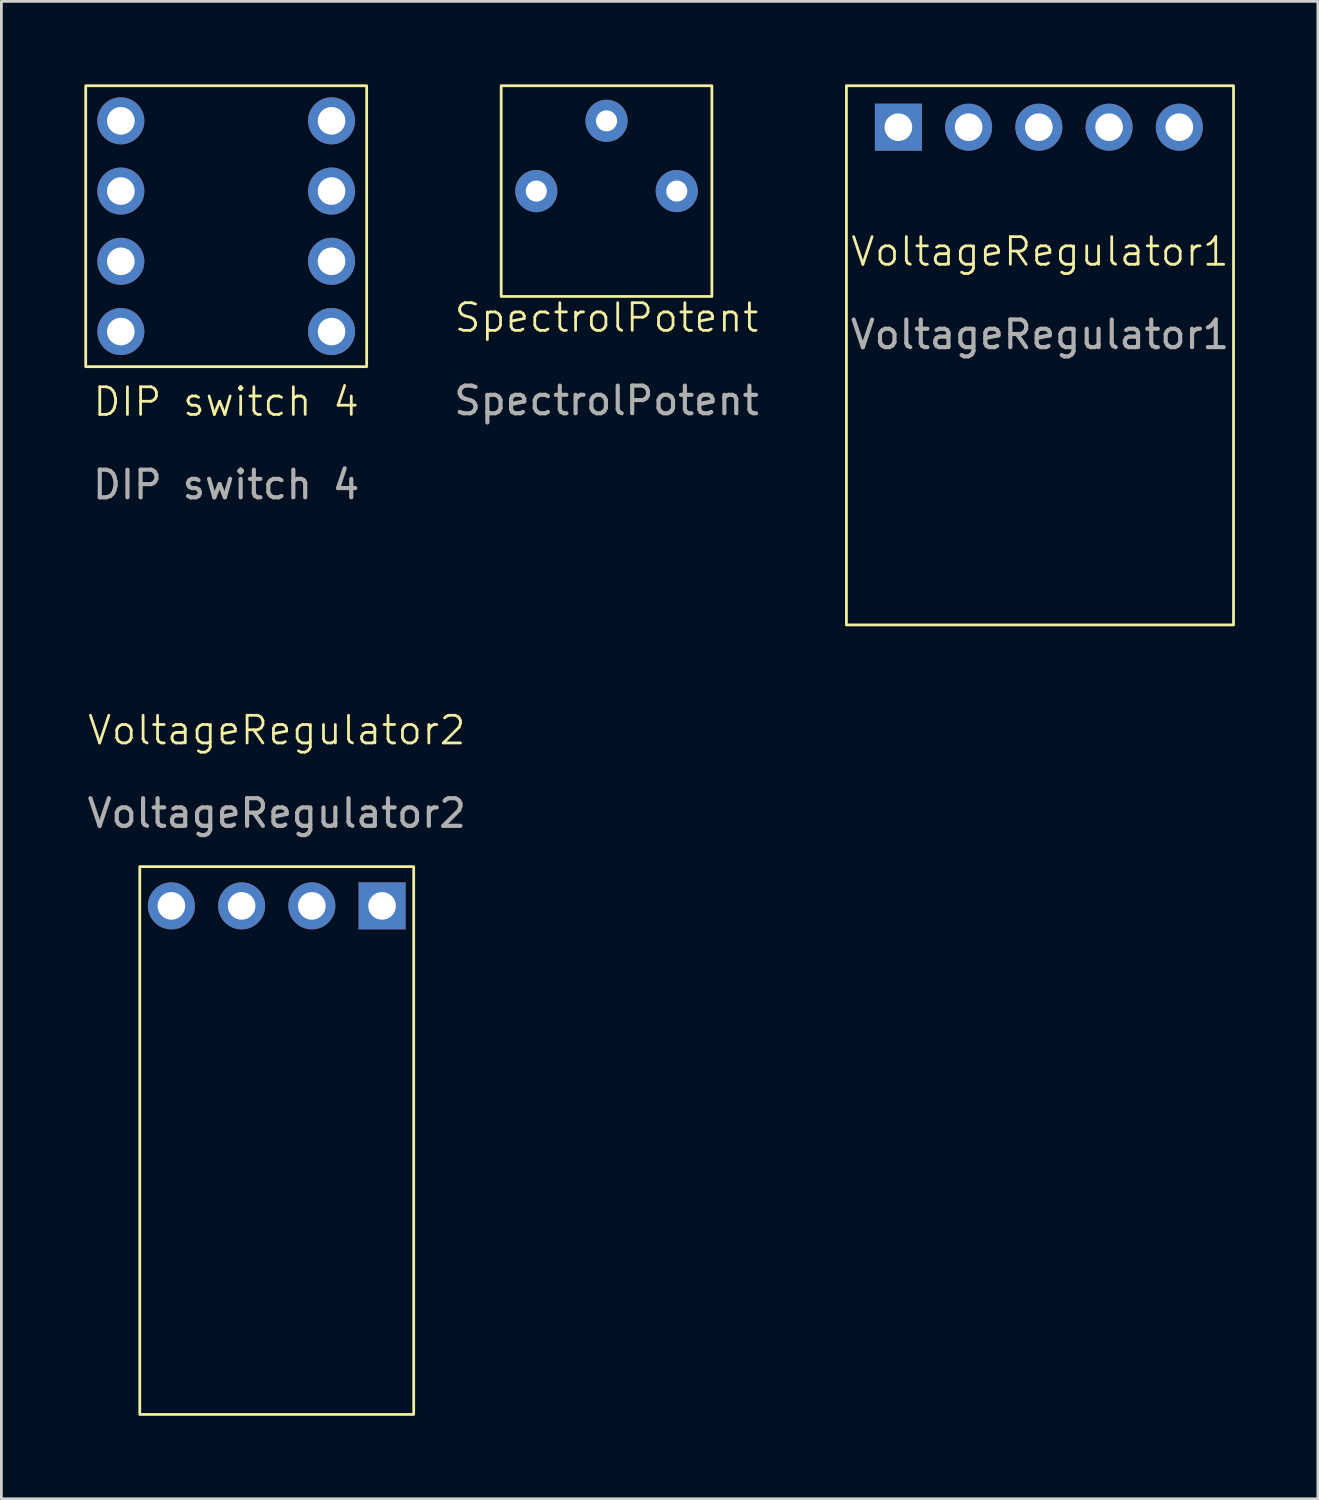
<source format=kicad_pcb>
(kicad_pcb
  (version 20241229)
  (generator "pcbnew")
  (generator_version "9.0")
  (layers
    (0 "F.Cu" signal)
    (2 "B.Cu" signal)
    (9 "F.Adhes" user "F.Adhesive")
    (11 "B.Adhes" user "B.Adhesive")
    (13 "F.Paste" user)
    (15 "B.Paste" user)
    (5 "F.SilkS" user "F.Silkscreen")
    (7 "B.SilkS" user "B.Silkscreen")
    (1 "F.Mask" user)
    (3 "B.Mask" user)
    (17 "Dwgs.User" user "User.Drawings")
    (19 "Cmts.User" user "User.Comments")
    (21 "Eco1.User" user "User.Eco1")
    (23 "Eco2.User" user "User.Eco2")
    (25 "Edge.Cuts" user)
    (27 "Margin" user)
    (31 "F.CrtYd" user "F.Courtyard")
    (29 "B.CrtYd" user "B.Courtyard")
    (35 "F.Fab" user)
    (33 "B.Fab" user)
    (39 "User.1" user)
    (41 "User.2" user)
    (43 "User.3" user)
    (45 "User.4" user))
  (footprint "VoltageRegulator1"
    (layer "F.Cu")
    (at 34.56 6.55)
    (property "Reference" "VoltageRegulator1" (at 0 -0.5 0) (unlocked yes) (layer "F.SilkS") (effects (font (size 1 1) (thickness 0.1))))
    (attr through_hole)
    (fp_rect (start -7 13) (end 7 -6.5) (stroke (width 0.1) (type default)) (fill no) (layer "F.SilkS"))
    (fp_text user "${REFERENCE}" (at 0 2.5 0) (unlocked yes) (layer "F.Fab") (effects (font (size 1 1) (thickness 0.15))))
    (pad "1" thru_hole rect (at -5.12 -5) (size 1.7 1.7) (drill 1) (layers "*.Cu" "*.Mask"))
    (pad "2" thru_hole oval (at -2.58 -5) (size 1.7 1.7) (drill 1) (layers "*.Cu" "*.Mask"))
    (pad "3" thru_hole oval (at -0.04 -5) (size 1.7 1.7) (drill 1) (layers "*.Cu" "*.Mask"))
    (pad "3" thru_hole oval (at 2.5 -5) (size 1.7 1.7) (drill 1) (layers "*.Cu" "*.Mask"))
    (pad "4" thru_hole oval (at 5.04 -5) (size 1.7 1.7) (drill 1) (layers "*.Cu" "*.Mask")))
  (footprint "DIP switch 4"
    (layer "F.Cu")
    (at 5.13 5.13)
    (property "Reference" "DIP switch 4" (at 0 6.35 0) (unlocked yes) (layer "F.SilkS") (effects (font (size 1 1) (thickness 0.1))))
    (attr through_hole)
    (fp_rect (start -5.08 -5.08) (end 5.08 5.08) (stroke (width 0.1) (type default)) (fill no) (layer "F.SilkS"))
    (fp_text user "${REFERENCE}" (at 0 9.35 0) (unlocked yes) (layer "F.Fab") (effects (font (size 1 1) (thickness 0.15))))
    (pad "1" thru_hole oval (at -3.81 -3.81) (size 1.7 1.7) (drill 1) (layers "*.Cu" "*.Mask"))
    (pad "2" thru_hole oval (at -3.81 -1.27) (size 1.7 1.7) (drill 1) (layers "*.Cu" "*.Mask"))
    (pad "3" thru_hole oval (at -3.81 1.27) (size 1.7 1.7) (drill 1) (layers "*.Cu" "*.Mask"))
    (pad "4" thru_hole oval (at -3.81 3.81) (size 1.7 1.7) (drill 1) (layers "*.Cu" "*.Mask"))
    (pad "5" thru_hole oval (at 3.81 -3.81) (size 1.7 1.7) (drill 1) (layers "*.Cu" "*.Mask"))
    (pad "6" thru_hole oval (at 3.81 -1.27) (size 1.7 1.7) (drill 1) (layers "*.Cu" "*.Mask"))
    (pad "7" thru_hole oval (at 3.81 1.27) (size 1.7 1.7) (drill 1) (layers "*.Cu" "*.Mask"))
    (pad "8" thru_hole oval (at 3.81 3.81) (size 1.7 1.7) (drill 1) (layers "*.Cu" "*.Mask")))
  (footprint "SpectrolPotent"
    (layer "F.Cu")
    (at 18.885 8.94)
    (property "Reference" "SpectrolPotent" (at 0 -0.5 0) (unlocked yes) (layer "F.SilkS") (effects (font (size 1 1) (thickness 0.1))))
    (attr through_hole)
    (fp_rect (start -3.81 -8.89) (end 3.81 -1.27) (stroke (width 0.1) (type default)) (fill no) (layer "F.SilkS"))
    (fp_text user "${REFERENCE}" (at 0 2.5 0) (unlocked yes) (layer "F.Fab") (effects (font (size 1 1) (thickness 0.15))))
    (pad "1" thru_hole circle (at -2.54 -5.08) (size 1.524 1.524) (drill 0.762) (layers "*.Cu" "*.Mask"))
    (pad "2" thru_hole circle (at 0 -7.62) (size 1.524 1.524) (drill 0.762) (layers "*.Cu" "*.Mask"))
    (pad "3" thru_hole circle (at 2.54 -5.08) (size 1.524 1.524) (drill 0.762) (layers "*.Cu" "*.Mask")))
  (footprint "VoltageRegulator2"
    (layer "F.Cu")
    (at 6.958 34.791)
    (property "Reference" "VoltageRegulator2" (at 0 -11.43 0) (unlocked yes) (layer "F.SilkS") (effects (font (size 1 1) (thickness 0.1))))
    (attr through_hole)
    (fp_rect (start -4.953 -6.5) (end 4.953 13.312) (stroke (width 0.1) (type default)) (fill no) (layer "F.SilkS"))
    (fp_text user "${REFERENCE}" (at 0 -8.43 0) (unlocked yes) (layer "F.Fab") (effects (font (size 1 1) (thickness 0.15))))
    (pad "1" thru_hole rect (at 3.81 -5.08) (size 1.7 1.7) (drill 1) (layers "*.Cu" "*.Mask"))
    (pad "2" thru_hole circle (at 1.27 -5.08) (size 1.7 1.7) (drill 1) (layers "*.Cu" "*.Mask"))
    (pad "3" thru_hole circle (at -1.27 -5.08) (size 1.7 1.7) (drill 1) (layers "*.Cu" "*.Mask"))
    (pad "4" thru_hole circle (at -3.81 -5.08) (size 1.7 1.7) (drill 1) (layers "*.Cu" "*.Mask")))
  (gr_rect
    (start -3 -3)
    (end 44.61 51.153)
    (stroke (width 0.1) (type default))
    (fill no)
    (layer "Edge.Cuts")))
</source>
